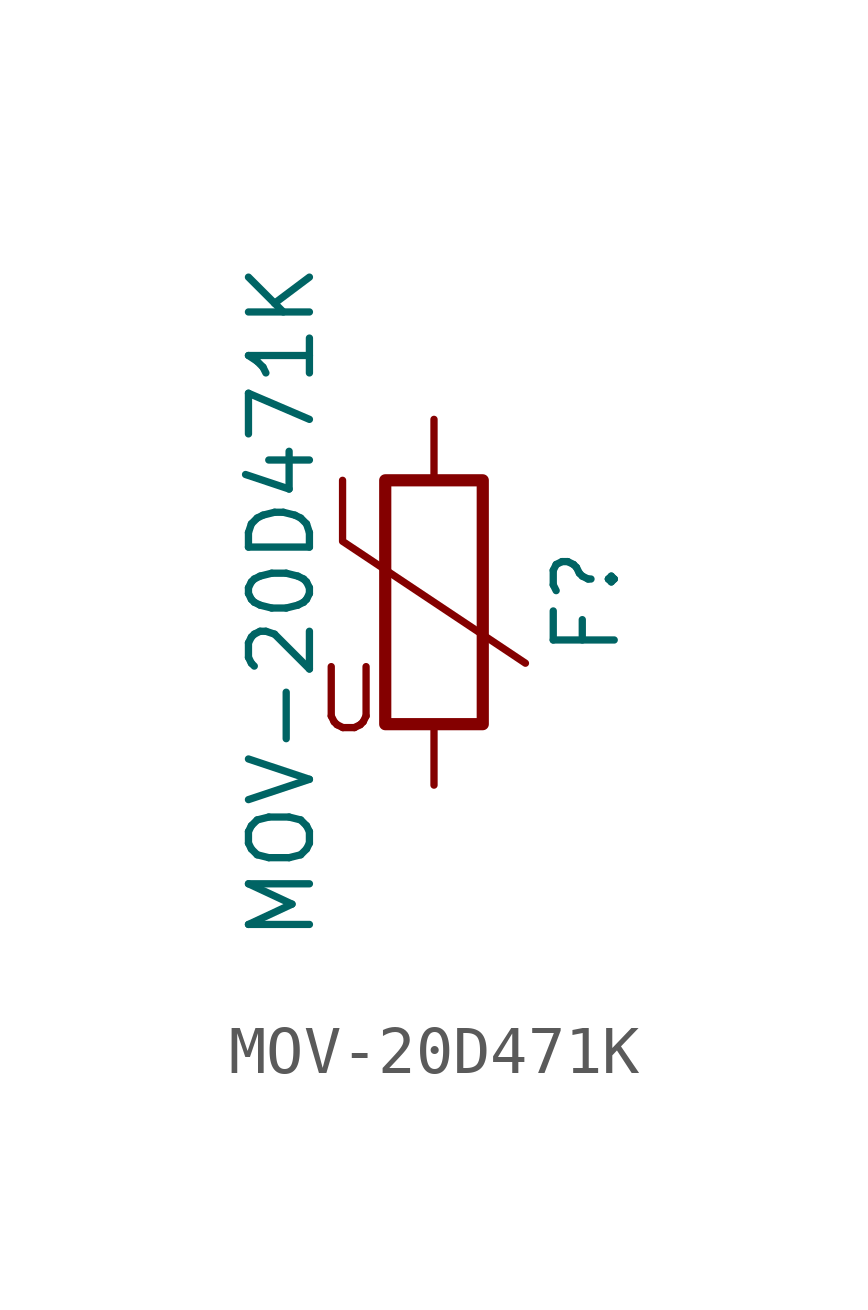
<source format=kicad_sym>
(kicad_symbol_lib
  (version 20220914)
  (generator kicad_db_lib)
  (symbol "MOV-20D471K"
    (pin_numbers hide)
    (pin_names
      (offset 0))
    (property "Reference" "F"
      (at 3.175 0 90)
      (effects (font (size 1.27 1.27))))
    (property "Value" "MOV-20D471K"
      (at -3.175 0 90)
      (effects (font (size 1.27 1.27))))
    (symbol "MOV-20D471K_0_0"
      (text "U" (at -1.778 -2.032 0) (effects (font (size 1.27 1.27)))))
    (symbol "MOV-20D471K_0_1"
      (rectangle (start -1.016 -2.54) (end 1.016 2.54) (stroke (width 0.254) (type default)) (fill (type none)))
      (polyline (pts (xy -1.905 2.54) (xy -1.905 1.27) (xy 1.905 -1.27)) (stroke (width 0) (type default)) (fill (type none))))
    (symbol "MOV-20D471K_1_1"
      (pin passive line (at 0 3.81 270) (length 1.27) (name "~" (effects (font (size 1.27 1.27)))) (number "1" (effects (font (size 1.27 1.27)))))
      (pin passive line (at 0 -3.81 90) (length 1.27) (name "~" (effects (font (size 1.27 1.27)))) (number "2" (effects (font (size 1.27 1.27))))))))
</source>
